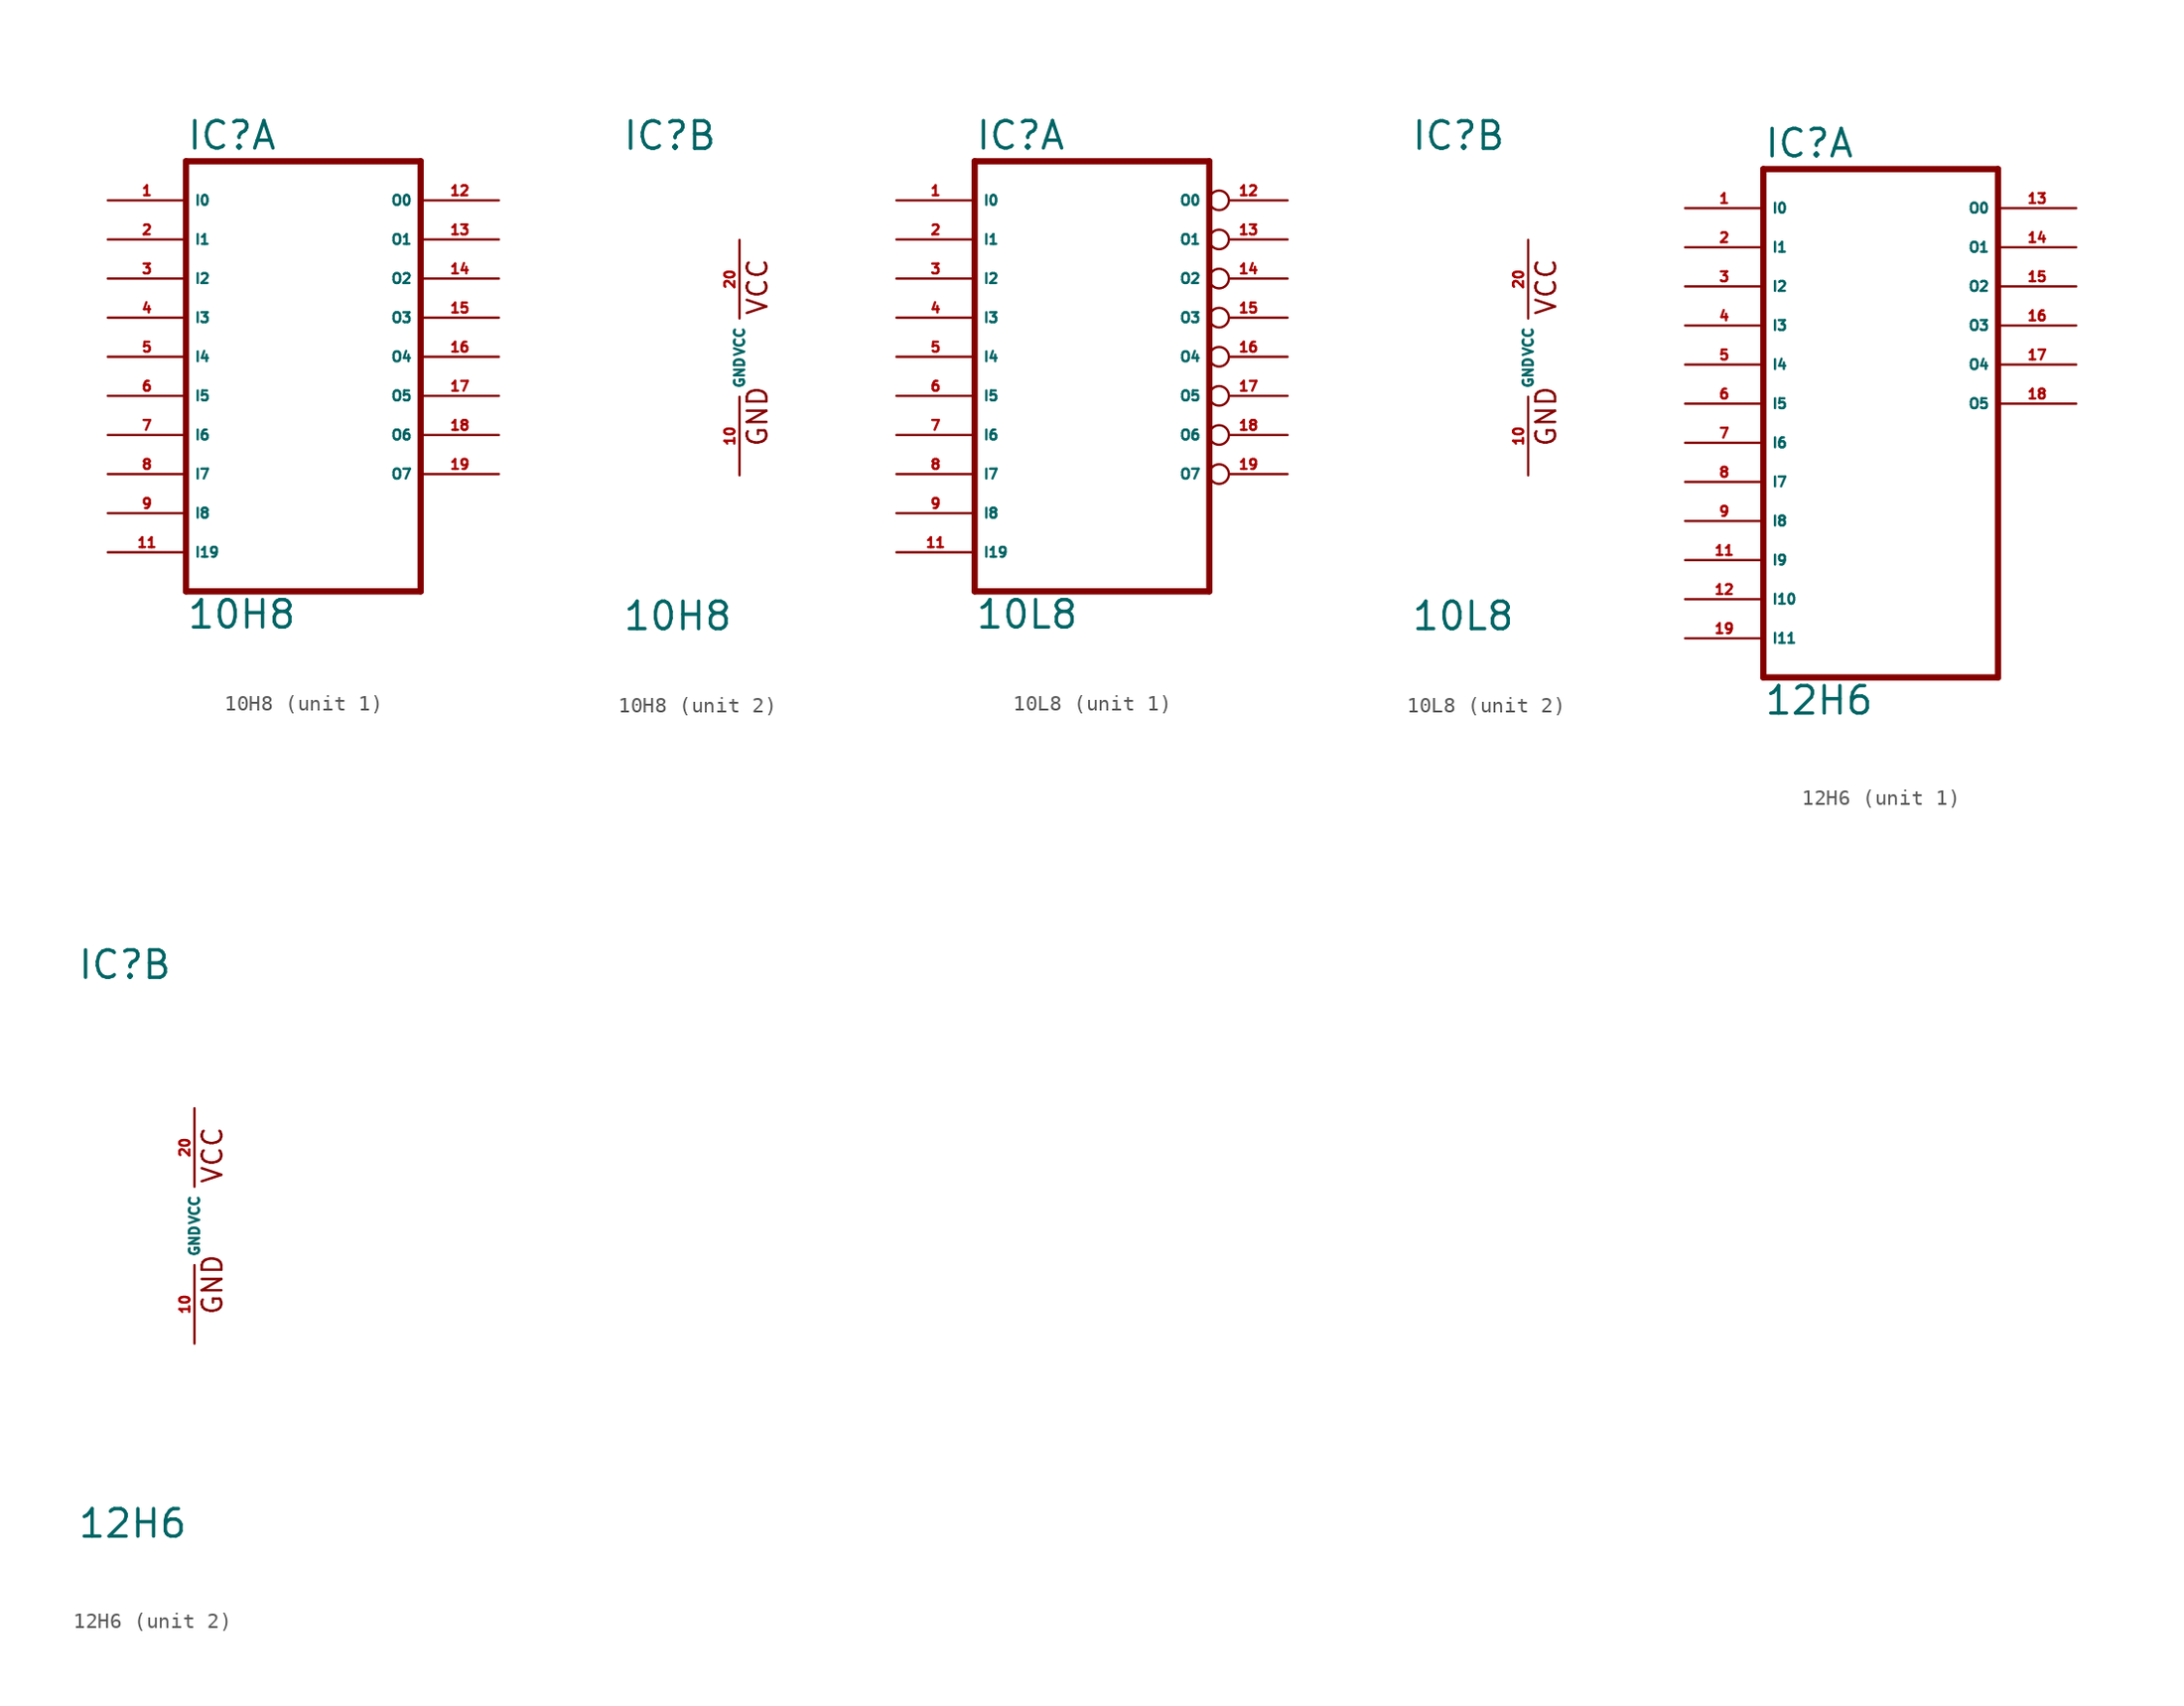
<source format=kicad_sym>
(kicad_symbol_lib
  (version 20220914)
  (generator Eagle2Kicad)
  (symbol "10H8"
    (property "Reference" "IC"
      (at -7.62 13.335 0)
      (effects (font (size 1.778 1.778) (thickness 0.22)) (justify left bottom)))
    (property "Value" "10H8"
      (at -7.62 -17.78 0)
      (effects (font (size 1.778 1.778) (thickness 0.22)) (justify left bottom)))
    (symbol "10H8_1_0"
      (polyline (pts (xy -7.62 12.7) (xy 7.62 12.7)) (stroke (width 0.406) (type default)) (fill (type none)))
      (polyline (pts (xy 7.62 -15.24) (xy 7.62 12.7)) (stroke (width 0.406) (type default)) (fill (type none)))
      (polyline (pts (xy 7.62 -15.24) (xy -7.62 -15.24)) (stroke (width 0.406) (type default)) (fill (type none)))
      (polyline (pts (xy -7.62 12.7) (xy -7.62 -15.24)) (stroke (width 0.406) (type default)) (fill (type none)))
      (pin input line (at -12.7 10.16 0) (length 5.08) (name "I0" (effects (font (size 0.635 0.635) (thickness 0.08)) (justify left bottom))) (number "1" (effects (font (size 0.635 0.635) (thickness 0.08)) (justify left bottom))))
      (pin input line (at -12.7 7.62 0) (length 5.08) (name "I1" (effects (font (size 0.635 0.635) (thickness 0.08)) (justify left bottom))) (number "2" (effects (font (size 0.635 0.635) (thickness 0.08)) (justify left bottom))))
      (pin input line (at -12.7 5.08 0) (length 5.08) (name "I2" (effects (font (size 0.635 0.635) (thickness 0.08)) (justify left bottom))) (number "3" (effects (font (size 0.635 0.635) (thickness 0.08)) (justify left bottom))))
      (pin input line (at -12.7 2.54 0) (length 5.08) (name "I3" (effects (font (size 0.635 0.635) (thickness 0.08)) (justify left bottom))) (number "4" (effects (font (size 0.635 0.635) (thickness 0.08)) (justify left bottom))))
      (pin input line (at -12.7 0 0) (length 5.08) (name "I4" (effects (font (size 0.635 0.635) (thickness 0.08)) (justify left bottom))) (number "5" (effects (font (size 0.635 0.635) (thickness 0.08)) (justify left bottom))))
      (pin input line (at -12.7 -2.54 0) (length 5.08) (name "I5" (effects (font (size 0.635 0.635) (thickness 0.08)) (justify left bottom))) (number "6" (effects (font (size 0.635 0.635) (thickness 0.08)) (justify left bottom))))
      (pin input line (at -12.7 -5.08 0) (length 5.08) (name "I6" (effects (font (size 0.635 0.635) (thickness 0.08)) (justify left bottom))) (number "7" (effects (font (size 0.635 0.635) (thickness 0.08)) (justify left bottom))))
      (pin input line (at -12.7 -7.62 0) (length 5.08) (name "I7" (effects (font (size 0.635 0.635) (thickness 0.08)) (justify left bottom))) (number "8" (effects (font (size 0.635 0.635) (thickness 0.08)) (justify left bottom))))
      (pin input line (at -12.7 -10.16 0) (length 5.08) (name "I8" (effects (font (size 0.635 0.635) (thickness 0.08)) (justify left bottom))) (number "9" (effects (font (size 0.635 0.635) (thickness 0.08)) (justify left bottom))))
      (pin input line (at -12.7 -12.7 0) (length 5.08) (name "I19" (effects (font (size 0.635 0.635) (thickness 0.08)) (justify left bottom))) (number "11" (effects (font (size 0.635 0.635) (thickness 0.08)) (justify left bottom))))
      (pin output line (at 12.7 10.16 180) (length 5.08) (name "O0" (effects (font (size 0.635 0.635) (thickness 0.08)) (justify left bottom))) (number "12" (effects (font (size 0.635 0.635) (thickness 0.08)) (justify left bottom))))
      (pin output line (at 12.7 7.62 180) (length 5.08) (name "O1" (effects (font (size 0.635 0.635) (thickness 0.08)) (justify left bottom))) (number "13" (effects (font (size 0.635 0.635) (thickness 0.08)) (justify left bottom))))
      (pin output line (at 12.7 5.08 180) (length 5.08) (name "O2" (effects (font (size 0.635 0.635) (thickness 0.08)) (justify left bottom))) (number "14" (effects (font (size 0.635 0.635) (thickness 0.08)) (justify left bottom))))
      (pin output line (at 12.7 2.54 180) (length 5.08) (name "O3" (effects (font (size 0.635 0.635) (thickness 0.08)) (justify left bottom))) (number "15" (effects (font (size 0.635 0.635) (thickness 0.08)) (justify left bottom))))
      (pin output line (at 12.7 0 180) (length 5.08) (name "O4" (effects (font (size 0.635 0.635) (thickness 0.08)) (justify left bottom))) (number "16" (effects (font (size 0.635 0.635) (thickness 0.08)) (justify left bottom))))
      (pin output line (at 12.7 -2.54 180) (length 5.08) (name "O5" (effects (font (size 0.635 0.635) (thickness 0.08)) (justify left bottom))) (number "17" (effects (font (size 0.635 0.635) (thickness 0.08)) (justify left bottom))))
      (pin output line (at 12.7 -5.08 180) (length 5.08) (name "O6" (effects (font (size 0.635 0.635) (thickness 0.08)) (justify left bottom))) (number "18" (effects (font (size 0.635 0.635) (thickness 0.08)) (justify left bottom))))
      (pin output line (at 12.7 -7.62 180) (length 5.08) (name "O7" (effects (font (size 0.635 0.635) (thickness 0.08)) (justify left bottom))) (number "19" (effects (font (size 0.635 0.635) (thickness 0.08)) (justify left bottom)))))
    (symbol "10H8_2_0"
      (text "GND" (at 1.905 -5.842 900) (effects (font (size 1.27 1.27) (thickness 0.16)) (justify left bottom)))
      (text "VCC" (at 1.905 2.667 900) (effects (font (size 1.27 1.27) (thickness 0.16)) (justify left bottom)))
      (pin unspecified line (at 0 -7.62 90) (length 5.08) (name "GND" (effects (font (size 0.635 0.635) (thickness 0.08)) (justify left bottom))) (number "10" (effects (font (size 0.635 0.635) (thickness 0.08)) (justify left bottom))))
      (pin unspecified line (at 0 7.62 270) (length 5.08) (name "VCC" (effects (font (size 0.635 0.635) (thickness 0.08)) (justify left bottom))) (number "20" (effects (font (size 0.635 0.635) (thickness 0.08)) (justify left bottom))))))
  (symbol "10L8"
    (property "Reference" "IC"
      (at -7.62 13.335 0)
      (effects (font (size 1.778 1.778) (thickness 0.22)) (justify left bottom)))
    (property "Value" "10L8"
      (at -7.62 -17.78 0)
      (effects (font (size 1.778 1.778) (thickness 0.22)) (justify left bottom)))
    (symbol "10L8_1_0"
      (polyline (pts (xy -7.62 12.7) (xy 7.62 12.7)) (stroke (width 0.406) (type default)) (fill (type none)))
      (polyline (pts (xy 7.62 -15.24) (xy 7.62 12.7)) (stroke (width 0.406) (type default)) (fill (type none)))
      (polyline (pts (xy 7.62 -15.24) (xy -7.62 -15.24)) (stroke (width 0.406) (type default)) (fill (type none)))
      (polyline (pts (xy -7.62 12.7) (xy -7.62 -15.24)) (stroke (width 0.406) (type default)) (fill (type none)))
      (pin input line (at -12.7 10.16 0) (length 5.08) (name "I0" (effects (font (size 0.635 0.635) (thickness 0.08)) (justify left bottom))) (number "1" (effects (font (size 0.635 0.635) (thickness 0.08)) (justify left bottom))))
      (pin input line (at -12.7 7.62 0) (length 5.08) (name "I1" (effects (font (size 0.635 0.635) (thickness 0.08)) (justify left bottom))) (number "2" (effects (font (size 0.635 0.635) (thickness 0.08)) (justify left bottom))))
      (pin input line (at -12.7 5.08 0) (length 5.08) (name "I2" (effects (font (size 0.635 0.635) (thickness 0.08)) (justify left bottom))) (number "3" (effects (font (size 0.635 0.635) (thickness 0.08)) (justify left bottom))))
      (pin input line (at -12.7 2.54 0) (length 5.08) (name "I3" (effects (font (size 0.635 0.635) (thickness 0.08)) (justify left bottom))) (number "4" (effects (font (size 0.635 0.635) (thickness 0.08)) (justify left bottom))))
      (pin input line (at -12.7 0 0) (length 5.08) (name "I4" (effects (font (size 0.635 0.635) (thickness 0.08)) (justify left bottom))) (number "5" (effects (font (size 0.635 0.635) (thickness 0.08)) (justify left bottom))))
      (pin input line (at -12.7 -2.54 0) (length 5.08) (name "I5" (effects (font (size 0.635 0.635) (thickness 0.08)) (justify left bottom))) (number "6" (effects (font (size 0.635 0.635) (thickness 0.08)) (justify left bottom))))
      (pin input line (at -12.7 -5.08 0) (length 5.08) (name "I6" (effects (font (size 0.635 0.635) (thickness 0.08)) (justify left bottom))) (number "7" (effects (font (size 0.635 0.635) (thickness 0.08)) (justify left bottom))))
      (pin input line (at -12.7 -7.62 0) (length 5.08) (name "I7" (effects (font (size 0.635 0.635) (thickness 0.08)) (justify left bottom))) (number "8" (effects (font (size 0.635 0.635) (thickness 0.08)) (justify left bottom))))
      (pin input line (at -12.7 -10.16 0) (length 5.08) (name "I8" (effects (font (size 0.635 0.635) (thickness 0.08)) (justify left bottom))) (number "9" (effects (font (size 0.635 0.635) (thickness 0.08)) (justify left bottom))))
      (pin input line (at -12.7 -12.7 0) (length 5.08) (name "I19" (effects (font (size 0.635 0.635) (thickness 0.08)) (justify left bottom))) (number "11" (effects (font (size 0.635 0.635) (thickness 0.08)) (justify left bottom))))
      (pin output inverted (at 12.7 10.16 180) (length 5.08) (name "O0" (effects (font (size 0.635 0.635) (thickness 0.08)) (justify left bottom))) (number "12" (effects (font (size 0.635 0.635) (thickness 0.08)) (justify left bottom))))
      (pin output inverted (at 12.7 7.62 180) (length 5.08) (name "O1" (effects (font (size 0.635 0.635) (thickness 0.08)) (justify left bottom))) (number "13" (effects (font (size 0.635 0.635) (thickness 0.08)) (justify left bottom))))
      (pin output inverted (at 12.7 5.08 180) (length 5.08) (name "O2" (effects (font (size 0.635 0.635) (thickness 0.08)) (justify left bottom))) (number "14" (effects (font (size 0.635 0.635) (thickness 0.08)) (justify left bottom))))
      (pin output inverted (at 12.7 2.54 180) (length 5.08) (name "O3" (effects (font (size 0.635 0.635) (thickness 0.08)) (justify left bottom))) (number "15" (effects (font (size 0.635 0.635) (thickness 0.08)) (justify left bottom))))
      (pin output inverted (at 12.7 0 180) (length 5.08) (name "O4" (effects (font (size 0.635 0.635) (thickness 0.08)) (justify left bottom))) (number "16" (effects (font (size 0.635 0.635) (thickness 0.08)) (justify left bottom))))
      (pin output inverted (at 12.7 -2.54 180) (length 5.08) (name "O5" (effects (font (size 0.635 0.635) (thickness 0.08)) (justify left bottom))) (number "17" (effects (font (size 0.635 0.635) (thickness 0.08)) (justify left bottom))))
      (pin output inverted (at 12.7 -5.08 180) (length 5.08) (name "O6" (effects (font (size 0.635 0.635) (thickness 0.08)) (justify left bottom))) (number "18" (effects (font (size 0.635 0.635) (thickness 0.08)) (justify left bottom))))
      (pin output inverted (at 12.7 -7.62 180) (length 5.08) (name "O7" (effects (font (size 0.635 0.635) (thickness 0.08)) (justify left bottom))) (number "19" (effects (font (size 0.635 0.635) (thickness 0.08)) (justify left bottom)))))
    (symbol "10L8_2_0"
      (text "GND" (at 1.905 -5.842 900) (effects (font (size 1.27 1.27) (thickness 0.16)) (justify left bottom)))
      (text "VCC" (at 1.905 2.667 900) (effects (font (size 1.27 1.27) (thickness 0.16)) (justify left bottom)))
      (pin unspecified line (at 0 -7.62 90) (length 5.08) (name "GND" (effects (font (size 0.635 0.635) (thickness 0.08)) (justify left bottom))) (number "10" (effects (font (size 0.635 0.635) (thickness 0.08)) (justify left bottom))))
      (pin unspecified line (at 0 7.62 270) (length 5.08) (name "VCC" (effects (font (size 0.635 0.635) (thickness 0.08)) (justify left bottom))) (number "20" (effects (font (size 0.635 0.635) (thickness 0.08)) (justify left bottom))))))
  (symbol "12H6"
    (property "Reference" "IC"
      (at -7.62 15.875 0)
      (effects (font (size 1.778 1.778) (thickness 0.22)) (justify left bottom)))
    (property "Value" "12H6"
      (at -7.62 -20.32 0)
      (effects (font (size 1.778 1.778) (thickness 0.22)) (justify left bottom)))
    (symbol "12H6_1_0"
      (polyline (pts (xy -7.62 15.24) (xy 7.62 15.24)) (stroke (width 0.406) (type default)) (fill (type none)))
      (polyline (pts (xy 7.62 -17.78) (xy 7.62 15.24)) (stroke (width 0.406) (type default)) (fill (type none)))
      (polyline (pts (xy 7.62 -17.78) (xy -7.62 -17.78)) (stroke (width 0.406) (type default)) (fill (type none)))
      (polyline (pts (xy -7.62 15.24) (xy -7.62 -17.78)) (stroke (width 0.406) (type default)) (fill (type none)))
      (pin input line (at -12.7 12.7 0) (length 5.08) (name "I0" (effects (font (size 0.635 0.635) (thickness 0.08)) (justify left bottom))) (number "1" (effects (font (size 0.635 0.635) (thickness 0.08)) (justify left bottom))))
      (pin input line (at -12.7 10.16 0) (length 5.08) (name "I1" (effects (font (size 0.635 0.635) (thickness 0.08)) (justify left bottom))) (number "2" (effects (font (size 0.635 0.635) (thickness 0.08)) (justify left bottom))))
      (pin input line (at -12.7 7.62 0) (length 5.08) (name "I2" (effects (font (size 0.635 0.635) (thickness 0.08)) (justify left bottom))) (number "3" (effects (font (size 0.635 0.635) (thickness 0.08)) (justify left bottom))))
      (pin input line (at -12.7 5.08 0) (length 5.08) (name "I3" (effects (font (size 0.635 0.635) (thickness 0.08)) (justify left bottom))) (number "4" (effects (font (size 0.635 0.635) (thickness 0.08)) (justify left bottom))))
      (pin input line (at -12.7 2.54 0) (length 5.08) (name "I4" (effects (font (size 0.635 0.635) (thickness 0.08)) (justify left bottom))) (number "5" (effects (font (size 0.635 0.635) (thickness 0.08)) (justify left bottom))))
      (pin input line (at -12.7 0 0) (length 5.08) (name "I5" (effects (font (size 0.635 0.635) (thickness 0.08)) (justify left bottom))) (number "6" (effects (font (size 0.635 0.635) (thickness 0.08)) (justify left bottom))))
      (pin input line (at -12.7 -2.54 0) (length 5.08) (name "I6" (effects (font (size 0.635 0.635) (thickness 0.08)) (justify left bottom))) (number "7" (effects (font (size 0.635 0.635) (thickness 0.08)) (justify left bottom))))
      (pin input line (at -12.7 -5.08 0) (length 5.08) (name "I7" (effects (font (size 0.635 0.635) (thickness 0.08)) (justify left bottom))) (number "8" (effects (font (size 0.635 0.635) (thickness 0.08)) (justify left bottom))))
      (pin input line (at -12.7 -7.62 0) (length 5.08) (name "I8" (effects (font (size 0.635 0.635) (thickness 0.08)) (justify left bottom))) (number "9" (effects (font (size 0.635 0.635) (thickness 0.08)) (justify left bottom))))
      (pin input line (at -12.7 -10.16 0) (length 5.08) (name "I9" (effects (font (size 0.635 0.635) (thickness 0.08)) (justify left bottom))) (number "11" (effects (font (size 0.635 0.635) (thickness 0.08)) (justify left bottom))))
      (pin input line (at -12.7 -12.7 0) (length 5.08) (name "I10" (effects (font (size 0.635 0.635) (thickness 0.08)) (justify left bottom))) (number "12" (effects (font (size 0.635 0.635) (thickness 0.08)) (justify left bottom))))
      (pin input line (at -12.7 -15.24 0) (length 5.08) (name "I11" (effects (font (size 0.635 0.635) (thickness 0.08)) (justify left bottom))) (number "19" (effects (font (size 0.635 0.635) (thickness 0.08)) (justify left bottom))))
      (pin output line (at 12.7 12.7 180) (length 5.08) (name "O0" (effects (font (size 0.635 0.635) (thickness 0.08)) (justify left bottom))) (number "13" (effects (font (size 0.635 0.635) (thickness 0.08)) (justify left bottom))))
      (pin output line (at 12.7 10.16 180) (length 5.08) (name "O1" (effects (font (size 0.635 0.635) (thickness 0.08)) (justify left bottom))) (number "14" (effects (font (size 0.635 0.635) (thickness 0.08)) (justify left bottom))))
      (pin output line (at 12.7 7.62 180) (length 5.08) (name "O2" (effects (font (size 0.635 0.635) (thickness 0.08)) (justify left bottom))) (number "15" (effects (font (size 0.635 0.635) (thickness 0.08)) (justify left bottom))))
      (pin output line (at 12.7 5.08 180) (length 5.08) (name "O3" (effects (font (size 0.635 0.635) (thickness 0.08)) (justify left bottom))) (number "16" (effects (font (size 0.635 0.635) (thickness 0.08)) (justify left bottom))))
      (pin output line (at 12.7 2.54 180) (length 5.08) (name "O4" (effects (font (size 0.635 0.635) (thickness 0.08)) (justify left bottom))) (number "17" (effects (font (size 0.635 0.635) (thickness 0.08)) (justify left bottom))))
      (pin output line (at 12.7 0 180) (length 5.08) (name "O5" (effects (font (size 0.635 0.635) (thickness 0.08)) (justify left bottom))) (number "18" (effects (font (size 0.635 0.635) (thickness 0.08)) (justify left bottom)))))
    (symbol "12H6_2_0"
      (text "GND" (at 1.905 -5.842 900) (effects (font (size 1.27 1.27) (thickness 0.16)) (justify left bottom)))
      (text "VCC" (at 1.905 2.667 900) (effects (font (size 1.27 1.27) (thickness 0.16)) (justify left bottom)))
      (pin unspecified line (at 0 -7.62 90) (length 5.08) (name "GND" (effects (font (size 0.635 0.635) (thickness 0.08)) (justify left bottom))) (number "10" (effects (font (size 0.635 0.635) (thickness 0.08)) (justify left bottom))))
      (pin unspecified line (at 0 7.62 270) (length 5.08) (name "VCC" (effects (font (size 0.635 0.635) (thickness 0.08)) (justify left bottom))) (number "20" (effects (font (size 0.635 0.635) (thickness 0.08)) (justify left bottom)))))))
</source>
